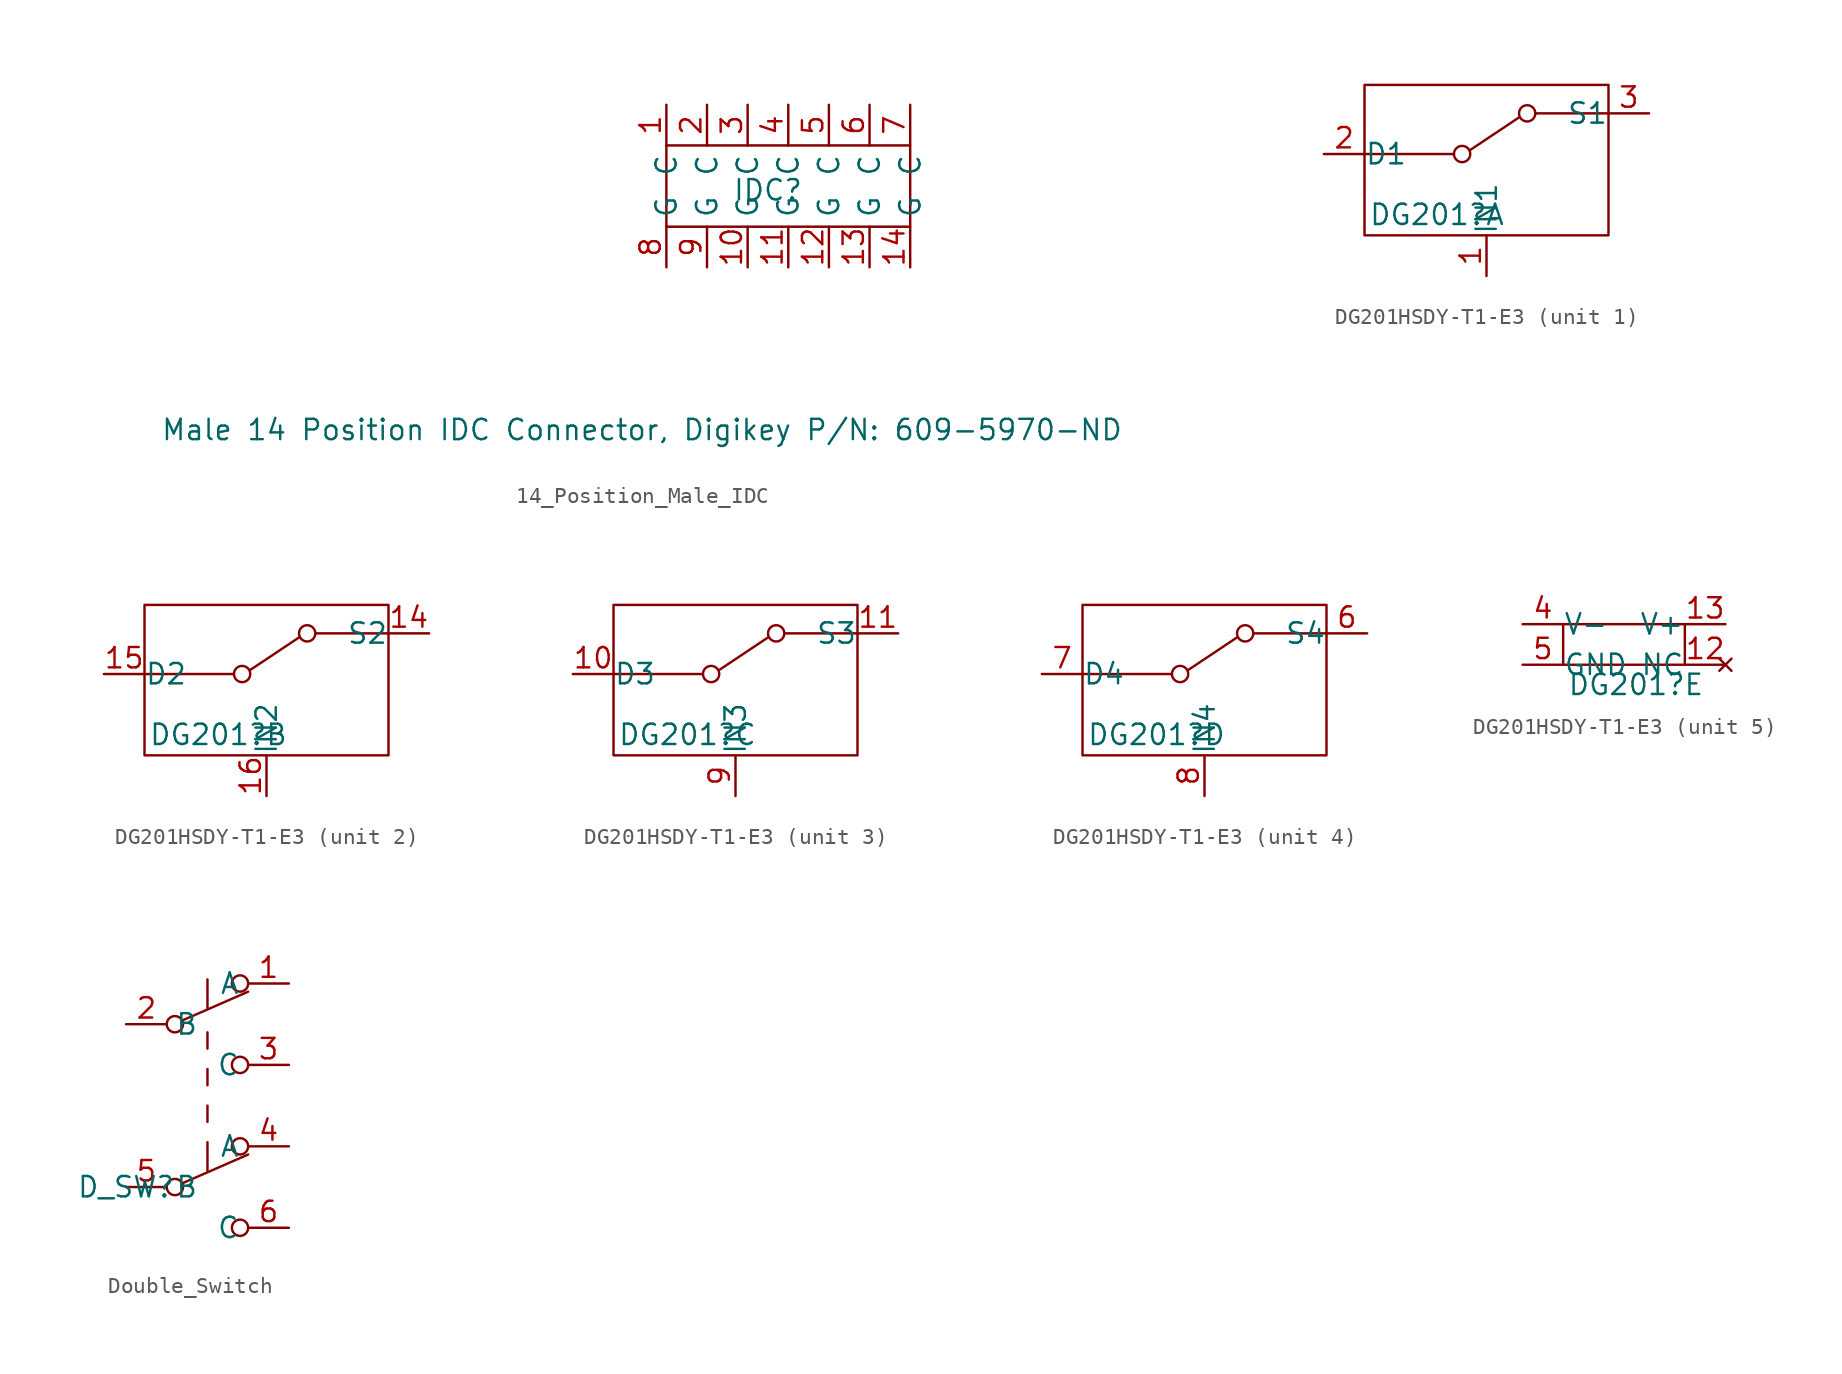
<source format=kicad_sym>
(kicad_symbol_lib
  (version 20220914)
  (generator kicad_symbol_editor)
  (symbol "14_Position_Male_IDC"
    (property "Reference" "IDC"
      (at 6.35 -2.794 0)
      (effects (font (size 1.27 1.27))))
    (property "Value" "Male 14 Position IDC Connector, Digikey P/N: 609-5970-ND"
      (at -1.524 -17.78 0)
      (effects (font (size 1.27 1.27))))
    (symbol "14_Position_Male_IDC_0_1"
      (rectangle (start 0 0) (end 15.24 -5.08) (stroke (width 0) (type default)) (fill (type none))))
    (symbol "14_Position_Male_IDC_1_1"
      (pin passive line (at 0 2.54 270) (length 2.54) (name "C" (effects (font (size 1.27 1.27)))) (number "1" (effects (font (size 1.27 1.27)))))
      (pin passive line (at 5.08 -7.62 90) (length 2.54) (name "G" (effects (font (size 1.27 1.27)))) (number "10" (effects (font (size 1.27 1.27)))))
      (pin passive line (at 7.62 -7.62 90) (length 2.54) (name "G" (effects (font (size 1.27 1.27)))) (number "11" (effects (font (size 1.27 1.27)))))
      (pin passive line (at 10.16 -7.62 90) (length 2.54) (name "G" (effects (font (size 1.27 1.27)))) (number "12" (effects (font (size 1.27 1.27)))))
      (pin passive line (at 12.7 -7.62 90) (length 2.54) (name "G" (effects (font (size 1.27 1.27)))) (number "13" (effects (font (size 1.27 1.27)))))
      (pin passive line (at 15.24 -7.62 90) (length 2.54) (name "G" (effects (font (size 1.27 1.27)))) (number "14" (effects (font (size 1.27 1.27)))))
      (pin passive line (at 2.54 2.54 270) (length 2.54) (name "C" (effects (font (size 1.27 1.27)))) (number "2" (effects (font (size 1.27 1.27)))))
      (pin passive line (at 5.08 2.54 270) (length 2.54) (name "C" (effects (font (size 1.27 1.27)))) (number "3" (effects (font (size 1.27 1.27)))))
      (pin passive line (at 7.62 2.54 270) (length 2.54) (name "C" (effects (font (size 1.27 1.27)))) (number "4" (effects (font (size 1.27 1.27)))))
      (pin passive line (at 10.16 2.54 270) (length 2.54) (name "C" (effects (font (size 1.27 1.27)))) (number "5" (effects (font (size 1.27 1.27)))))
      (pin passive line (at 12.7 2.54 270) (length 2.54) (name "C" (effects (font (size 1.27 1.27)))) (number "6" (effects (font (size 1.27 1.27)))))
      (pin passive line (at 15.24 2.54 270) (length 2.54) (name "C" (effects (font (size 1.27 1.27)))) (number "7" (effects (font (size 1.27 1.27)))))
      (pin passive line (at 0 -7.62 90) (length 2.54) (name "G" (effects (font (size 1.27 1.27)))) (number "8" (effects (font (size 1.27 1.27)))))
      (pin passive line (at 2.54 -7.62 90) (length 2.54) (name "G" (effects (font (size 1.27 1.27)))) (number "9" (effects (font (size 1.27 1.27)))))))
  (symbol "DG201HSDY-T1-E3"
    (pin_names
      (offset 0.002))
    (property "Reference" "DG201"
      (at 2.794 -3.048 0)
      (effects (font (size 1.27 1.27)) (justify left top)))
    (property "ki_locked" ""
      (at 0 0 0)
      (effects (font (size 1.27 1.27))))
    (symbol "DG201HSDY-T1-E3_1_0"
      (circle (center 8.636 0) (radius 0.508) (stroke (width 0) (type default)) (fill (type none))))
    (symbol "DG201HSDY-T1-E3_1_1"
      (polyline (pts (xy 8.128 0) (xy 2.54 0)) (stroke (width 0) (type default)) (fill (type none)))
      (polyline (pts (xy 9.144 0.254) (xy 12.192 2.286)) (stroke (width 0) (type default)) (fill (type none)))
      (polyline (pts (xy 17.78 2.54) (xy 13.208 2.54)) (stroke (width 0) (type default)) (fill (type none)))
      (rectangle (start 2.54 4.318) (end 17.78 -5.08) (stroke (width 0) (type default)) (fill (type none)))
      (circle (center 12.7 2.54) (radius 0.508) (stroke (width 0) (type default)) (fill (type none)))
      (pin input line (at 10.16 -7.62 90) (length 2.54) (name "IN1" (effects (font (size 1.27 1.27)))) (number "1" (effects (font (size 1.27 1.27)))))
      (pin passive line (at 0 0 0) (length 2.54) (name "D1" (effects (font (size 1.27 1.27)))) (number "2" (effects (font (size 1.27 1.27)))))
      (pin passive line (at 20.32 2.54 180) (length 2.54) (name "S1" (effects (font (size 1.27 1.27)))) (number "3" (effects (font (size 1.27 1.27))))))
    (symbol "DG201HSDY-T1-E3_2_0"
      (circle (center 8.636 0) (radius 0.508) (stroke (width 0) (type default)) (fill (type none))))
    (symbol "DG201HSDY-T1-E3_2_1"
      (polyline (pts (xy 8.128 0) (xy 2.54 0)) (stroke (width 0) (type default)) (fill (type none)))
      (polyline (pts (xy 9.144 0.254) (xy 12.192 2.286)) (stroke (width 0) (type default)) (fill (type none)))
      (polyline (pts (xy 17.78 2.54) (xy 13.208 2.54)) (stroke (width 0) (type default)) (fill (type none)))
      (rectangle (start 2.54 4.318) (end 17.78 -5.08) (stroke (width 0) (type default)) (fill (type none)))
      (circle (center 12.7 2.54) (radius 0.508) (stroke (width 0) (type default)) (fill (type none)))
      (pin passive line (at 20.32 2.54 180) (length 2.54) (name "S2" (effects (font (size 1.27 1.27)))) (number "14" (effects (font (size 1.27 1.27)))))
      (pin passive line (at 0 0 0) (length 2.54) (name "D2" (effects (font (size 1.27 1.27)))) (number "15" (effects (font (size 1.27 1.27)))))
      (pin input line (at 10.16 -7.62 90) (length 2.54) (name "IN2" (effects (font (size 1.27 1.27)))) (number "16" (effects (font (size 1.27 1.27))))))
    (symbol "DG201HSDY-T1-E3_3_0"
      (circle (center 8.636 0) (radius 0.508) (stroke (width 0) (type default)) (fill (type none))))
    (symbol "DG201HSDY-T1-E3_3_1"
      (polyline (pts (xy 8.128 0) (xy 2.54 0)) (stroke (width 0) (type default)) (fill (type none)))
      (polyline (pts (xy 9.144 0.254) (xy 12.192 2.286)) (stroke (width 0) (type default)) (fill (type none)))
      (polyline (pts (xy 17.78 2.54) (xy 13.208 2.54)) (stroke (width 0) (type default)) (fill (type none)))
      (rectangle (start 2.54 4.318) (end 17.78 -5.08) (stroke (width 0) (type default)) (fill (type none)))
      (circle (center 12.7 2.54) (radius 0.508) (stroke (width 0) (type default)) (fill (type none)))
      (pin passive line (at 0 0 0) (length 2.54) (name "D3" (effects (font (size 1.27 1.27)))) (number "10" (effects (font (size 1.27 1.27)))))
      (pin passive line (at 20.32 2.54 180) (length 2.54) (name "S3" (effects (font (size 1.27 1.27)))) (number "11" (effects (font (size 1.27 1.27)))))
      (pin input line (at 10.16 -7.62 90) (length 2.54) (name "IN3" (effects (font (size 1.27 1.27)))) (number "9" (effects (font (size 1.27 1.27))))))
    (symbol "DG201HSDY-T1-E3_4_0"
      (circle (center 8.636 0) (radius 0.508) (stroke (width 0) (type default)) (fill (type none))))
    (symbol "DG201HSDY-T1-E3_4_1"
      (polyline (pts (xy 8.128 0) (xy 2.54 0)) (stroke (width 0) (type default)) (fill (type none)))
      (polyline (pts (xy 9.144 0.254) (xy 12.192 2.286)) (stroke (width 0) (type default)) (fill (type none)))
      (polyline (pts (xy 17.78 2.54) (xy 13.208 2.54)) (stroke (width 0) (type default)) (fill (type none)))
      (rectangle (start 2.54 4.318) (end 17.78 -5.08) (stroke (width 0) (type default)) (fill (type none)))
      (circle (center 12.7 2.54) (radius 0.508) (stroke (width 0) (type default)) (fill (type none)))
      (pin passive line (at 20.32 2.54 180) (length 2.54) (name "S4" (effects (font (size 1.27 1.27)))) (number "6" (effects (font (size 1.27 1.27)))))
      (pin passive line (at 0 0 0) (length 2.54) (name "D4" (effects (font (size 1.27 1.27)))) (number "7" (effects (font (size 1.27 1.27)))))
      (pin input line (at 10.16 -7.62 90) (length 2.54) (name "IN4" (effects (font (size 1.27 1.27)))) (number "8" (effects (font (size 1.27 1.27))))))
    (symbol "DG201HSDY-T1-E3_5_0"
      (rectangle (start 2.54 0) (end 10.16 -2.54) (stroke (width 0) (type default)) (fill (type none))))
    (symbol "DG201HSDY-T1-E3_5_1"
      (pin no_connect line (at 12.7 -2.54 180) (length 2.54) (name "NC" (effects (font (size 1.27 1.27)))) (number "12" (effects (font (size 1.27 1.27)))))
      (pin input line (at 12.7 0 180) (length 2.54) (name "V+" (effects (font (size 1.27 1.27)))) (number "13" (effects (font (size 1.27 1.27)))))
      (pin input line (at 0 0 0) (length 2.54) (name "V-" (effects (font (size 1.27 1.27)))) (number "4" (effects (font (size 1.27 1.27)))))
      (pin input line (at 0 -2.54 0) (length 2.54) (name "GND" (effects (font (size 1.27 1.27)))) (number "5" (effects (font (size 1.27 1.27)))))))
  (symbol "Double_Switch"
    (property "Reference" "D_SW"
      (at 0 0 0)
      (effects (font (size 1.27 1.27))))
    (symbol "Double_Switch_0_0"
      (circle (center 3.048 0) (radius 0.508) (stroke (width 0) (type default)) (fill (type none)))
      (circle (center 3.048 10.16) (radius 0.508) (stroke (width 0) (type default)) (fill (type none)))
      (circle (center 7.112 -2.54) (radius 0.508) (stroke (width 0) (type default)) (fill (type none)))
      (circle (center 7.112 7.62) (radius 0.508) (stroke (width 0) (type default)) (fill (type none))))
    (symbol "Double_Switch_0_1"
      (polyline (pts (xy 3.556 0.254) (xy 7.62 2.032)) (stroke (width 0) (type default)) (fill (type none)))
      (polyline (pts (xy 3.556 10.414) (xy 7.62 12.192)) (stroke (width 0) (type default)) (fill (type none)))
      (polyline (pts (xy 5.08 2.794) (xy 5.08 1.016)) (stroke (width 0) (type default)) (fill (type none)))
      (polyline (pts (xy 5.08 4.064) (xy 5.08 5.08)) (stroke (width 0) (type default)) (fill (type none)))
      (polyline (pts (xy 5.08 6.35) (xy 5.08 7.366)) (stroke (width 0) (type default)) (fill (type none)))
      (polyline (pts (xy 5.08 8.636) (xy 5.08 9.652)) (stroke (width 0) (type default)) (fill (type none)))
      (polyline (pts (xy 5.08 12.954) (xy 5.08 11.176)) (stroke (width 0) (type default)) (fill (type none)))
      (circle (center 7.112 2.54) (radius 0.508) (stroke (width 0) (type default)) (fill (type none)))
      (circle (center 7.112 12.7) (radius 0.508) (stroke (width 0) (type default)) (fill (type none))))
    (symbol "Double_Switch_1_1"
      (pin passive line (at 10.16 12.7 180) (length 2.54) (name "A" (effects (font (size 1.27 1.27)))) (number "1" (effects (font (size 1.27 1.27)))))
      (pin passive line (at 0 10.16 0) (length 2.54) (name "B" (effects (font (size 1.27 1.27)))) (number "2" (effects (font (size 1.27 1.27)))))
      (pin passive line (at 10.16 7.62 180) (length 2.54) (name "C" (effects (font (size 1.27 1.27)))) (number "3" (effects (font (size 1.27 1.27)))))
      (pin passive line (at 10.16 2.54 180) (length 2.54) (name "A" (effects (font (size 1.27 1.27)))) (number "4" (effects (font (size 1.27 1.27)))))
      (pin passive line (at 0 0 0) (length 2.54) (name "B" (effects (font (size 1.27 1.27)))) (number "5" (effects (font (size 1.27 1.27)))))
      (pin passive line (at 10.16 -2.54 180) (length 2.54) (name "C" (effects (font (size 1.27 1.27)))) (number "6" (effects (font (size 1.27 1.27))))))))
</source>
